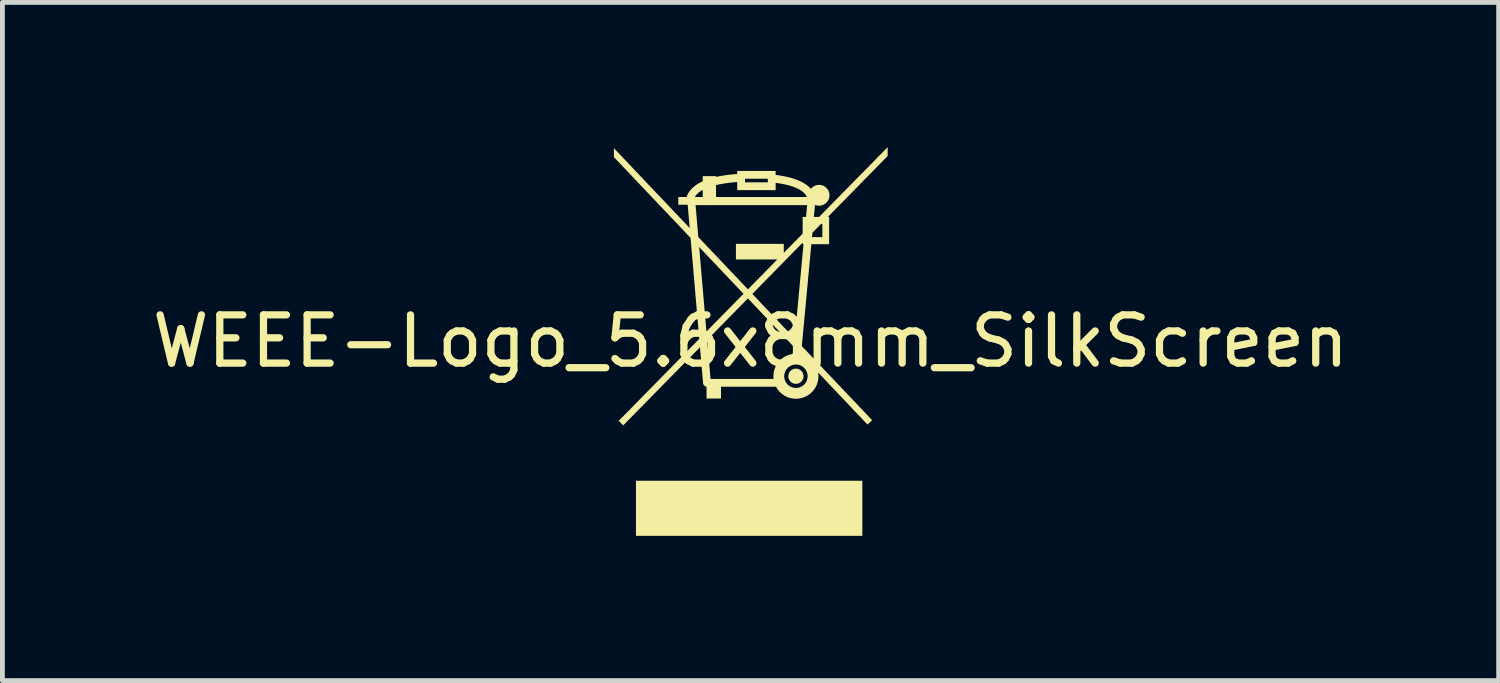
<source format=kicad_pcb>
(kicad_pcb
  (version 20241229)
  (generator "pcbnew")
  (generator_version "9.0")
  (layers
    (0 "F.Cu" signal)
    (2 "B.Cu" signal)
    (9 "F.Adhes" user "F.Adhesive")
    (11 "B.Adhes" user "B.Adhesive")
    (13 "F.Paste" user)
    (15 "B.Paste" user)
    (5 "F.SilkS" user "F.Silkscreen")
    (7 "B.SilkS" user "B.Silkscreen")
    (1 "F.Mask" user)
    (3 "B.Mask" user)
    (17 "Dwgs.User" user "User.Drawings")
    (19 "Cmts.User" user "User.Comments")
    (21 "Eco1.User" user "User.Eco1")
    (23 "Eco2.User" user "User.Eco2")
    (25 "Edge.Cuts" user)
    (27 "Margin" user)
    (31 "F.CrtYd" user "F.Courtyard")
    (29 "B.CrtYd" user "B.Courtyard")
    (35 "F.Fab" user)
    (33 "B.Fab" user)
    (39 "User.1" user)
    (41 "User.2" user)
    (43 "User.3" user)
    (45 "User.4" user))
  (footprint "WEEE-Logo_5.6x8mm_SilkScreen"
    (layer "F.Cu")
    (at 12.506 4.021)
    (property "Reference" "WEEE-Logo_5.6x8mm_SilkScreen" (at 0 0 0) (layer "F.SilkS") (effects (font (size 1 1) (thickness 0.15))))
    (attr exclude_from_pos_files exclude_from_bom allow_missing_courtyard)
    (fp_poly (pts (xy 2.317 4.035) (xy -2.375 4.035) (xy -2.375 2.893) (xy 2.317 2.893)) (stroke (width 0) (type solid)) (fill yes) (layer "F.SilkS"))
    (fp_poly (pts (xy 0.949 0.57) (xy 0.957 0.57) (xy 0.965 0.571) (xy 0.972 0.573) (xy 0.98 0.574) (xy 0.987 0.577) (xy 0.995 0.579) (xy 1.002 0.582) (xy 1.009 0.585) (xy 1.016 0.589) (xy 1.022 0.592) (xy 1.029 0.596) (xy 1.035 0.601) (xy 1.041 0.605) (xy 1.046 0.61) (xy 1.052 0.616) (xy 1.057 0.621) (xy 1.062 0.627) (xy 1.067 0.633) (xy 1.071 0.639) (xy 1.075 0.645) (xy 1.079 0.652) (xy 1.083 0.659) (xy 1.086 0.666) (xy 1.088 0.673) (xy 1.091 0.68) (xy 1.093 0.688) (xy 1.095 0.695) (xy 1.096 0.703) (xy 1.097 0.711) (xy 1.098 0.719) (xy 1.098 0.727) (xy 1.098 0.735) (xy 1.097 0.743) (xy 1.096 0.751) (xy 1.095 0.759) (xy 1.093 0.766) (xy 1.091 0.774) (xy 1.088 0.781) (xy 1.086 0.788) (xy 1.083 0.795) (xy 1.079 0.802) (xy 1.075 0.809) (xy 1.071 0.815) (xy 1.067 0.821) (xy 1.062 0.827) (xy 1.057 0.833) (xy 1.052 0.838) (xy 1.046 0.844) (xy 1.041 0.849) (xy 1.035 0.853) (xy 1.029 0.858) (xy 1.022 0.862) (xy 1.016 0.866) (xy 1.009 0.869) (xy 1.002 0.872) (xy 0.995 0.875) (xy 0.987 0.877) (xy 0.98 0.88) (xy 0.972 0.881) (xy 0.965 0.883) (xy 0.957 0.884) (xy 0.949 0.884) (xy 0.941 0.885) (xy 0.932 0.884) (xy 0.924 0.884) (xy 0.917 0.883) (xy 0.909 0.881) (xy 0.901 0.88) (xy 0.894 0.877) (xy 0.886 0.875) (xy 0.879 0.872) (xy 0.872 0.869) (xy 0.865 0.866) (xy 0.859 0.862) (xy 0.852 0.858) (xy 0.846 0.853) (xy 0.84 0.849) (xy 0.835 0.844) (xy 0.829 0.838) (xy 0.824 0.833) (xy 0.819 0.827) (xy 0.814 0.821) (xy 0.81 0.815) (xy 0.806 0.809) (xy 0.802 0.802) (xy 0.799 0.795) (xy 0.795 0.788) (xy 0.793 0.781) (xy 0.79 0.774) (xy 0.788 0.766) (xy 0.786 0.759) (xy 0.785 0.751) (xy 0.784 0.743) (xy 0.783 0.735) (xy 0.783 0.727) (xy 0.783 0.719) (xy 0.784 0.711) (xy 0.785 0.703) (xy 0.786 0.695) (xy 0.788 0.688) (xy 0.79 0.68) (xy 0.793 0.673) (xy 0.795 0.666) (xy 0.799 0.659) (xy 0.802 0.652) (xy 0.806 0.645) (xy 0.81 0.639) (xy 0.814 0.633) (xy 0.819 0.627) (xy 0.824 0.621) (xy 0.829 0.616) (xy 0.835 0.61) (xy 0.84 0.605) (xy 0.846 0.601) (xy 0.852 0.596) (xy 0.859 0.592) (xy 0.865 0.589) (xy 0.872 0.585) (xy 0.879 0.582) (xy 0.886 0.579) (xy 0.894 0.577) (xy 0.901 0.574) (xy 0.909 0.573) (xy 0.917 0.571) (xy 0.924 0.57) (xy 0.932 0.57) (xy 0.941 0.569)) (stroke (width 0) (type solid)) (fill yes) (layer "F.SilkS"))
    (fp_poly (pts (xy 2.842 -3.837) (xy 1.603 -2.575) (xy 1.629 -2.575) (xy 1.629 -2.01) (xy 1.26 -2.01) (xy 1.063 0.103) (xy 2.52 1.637) (xy 2.424 1.729) (xy 1.4 0.649) (xy 1.402 0.659) (xy 1.403 0.668) (xy 1.404 0.678) (xy 1.405 0.688) (xy 1.406 0.697) (xy 1.406 0.707) (xy 1.407 0.717) (xy 1.407 0.727) (xy 1.406 0.751) (xy 1.404 0.775) (xy 1.402 0.798) (xy 1.397 0.821) (xy 1.392 0.844) (xy 1.386 0.866) (xy 1.379 0.887) (xy 1.37 0.909) (xy 1.361 0.929) (xy 1.351 0.949) (xy 1.339 0.969) (xy 1.327 0.988) (xy 1.314 1.006) (xy 1.3 1.024) (xy 1.286 1.041) (xy 1.27 1.057) (xy 1.254 1.072) (xy 1.237 1.087) (xy 1.22 1.101) (xy 1.201 1.114) (xy 1.182 1.126) (xy 1.163 1.137) (xy 1.143 1.147) (xy 1.122 1.157) (xy 1.101 1.165) (xy 1.079 1.172) (xy 1.057 1.179) (xy 1.035 1.184) (xy 1.012 1.188) (xy 0.988 1.191) (xy 0.965 1.193) (xy 0.941 1.193) (xy 0.907 1.192) (xy 0.875 1.189) (xy 0.843 1.183) (xy 0.812 1.175) (xy 0.781 1.166) (xy 0.752 1.154) (xy 0.724 1.14) (xy 0.697 1.125) (xy 0.671 1.107) (xy 0.646 1.088) (xy 0.622 1.068) (xy 0.6 1.046) (xy 0.58 1.023) (xy 0.561 0.998) (xy 0.544 0.972) (xy 0.528 0.945) (xy -0.612 0.945) (xy -0.612 1.189) (xy -0.912 1.189) (xy -0.912 0.944) (xy -0.916 0.944) (xy -0.919 0.943) (xy -0.922 0.942) (xy -0.926 0.941) (xy -0.929 0.94) (xy -0.932 0.939) (xy -0.935 0.937) (xy -0.938 0.936) (xy -0.944 0.932) (xy -0.95 0.928) (xy -0.955 0.924) (xy -0.96 0.919) (xy -0.965 0.914) (xy -0.97 0.908) (xy -0.973 0.902) (xy -0.975 0.899) (xy -0.977 0.896) (xy -0.978 0.893) (xy -0.98 0.89) (xy -0.981 0.887) (xy -0.982 0.884) (xy -0.983 0.881) (xy -0.983 0.877) (xy -0.984 0.874) (xy -0.984 0.871) (xy -1.048 0.126) (xy -2.638 1.745) (xy -2.733 1.652) (xy -1.084 -0.026) (xy -0.899 -0.026) (xy -0.829 0.783) (xy 0.477 0.783) (xy 0.477 0.776) (xy 0.476 0.769) (xy 0.475 0.762) (xy 0.475 0.755) (xy 0.475 0.748) (xy 0.474 0.741) (xy 0.474 0.734) (xy 0.474 0.727) (xy 0.698 0.727) (xy 0.698 0.739) (xy 0.699 0.752) (xy 0.701 0.764) (xy 0.703 0.776) (xy 0.706 0.788) (xy 0.709 0.799) (xy 0.713 0.81) (xy 0.717 0.821) (xy 0.722 0.832) (xy 0.727 0.843) (xy 0.733 0.853) (xy 0.739 0.863) (xy 0.746 0.872) (xy 0.753 0.881) (xy 0.761 0.89) (xy 0.769 0.899) (xy 0.777 0.907) (xy 0.786 0.914) (xy 0.795 0.921) (xy 0.805 0.928) (xy 0.815 0.934) (xy 0.825 0.94) (xy 0.835 0.946) (xy 0.846 0.951) (xy 0.857 0.955) (xy 0.868 0.959) (xy 0.88 0.962) (xy 0.892 0.965) (xy 0.904 0.967) (xy 0.916 0.968) (xy 0.928 0.969) (xy 0.941 0.97) (xy 0.953 0.969) (xy 0.965 0.968) (xy 0.977 0.967) (xy 0.989 0.965) (xy 1.001 0.962) (xy 1.013 0.959) (xy 1.024 0.955) (xy 1.035 0.951) (xy 1.046 0.946) (xy 1.056 0.94) (xy 1.066 0.934) (xy 1.076 0.928) (xy 1.086 0.921) (xy 1.095 0.914) (xy 1.104 0.907) (xy 1.112 0.899) (xy 1.12 0.89) (xy 1.128 0.881) (xy 1.135 0.872) (xy 1.142 0.863) (xy 1.148 0.853) (xy 1.154 0.843) (xy 1.159 0.832) (xy 1.164 0.821) (xy 1.168 0.81) (xy 1.172 0.799) (xy 1.175 0.788) (xy 1.178 0.776) (xy 1.18 0.764) (xy 1.182 0.752) (xy 1.183 0.739) (xy 1.183 0.727) (xy 1.183 0.715) (xy 1.182 0.702) (xy 1.18 0.69) (xy 1.178 0.678) (xy 1.175 0.666) (xy 1.172 0.655) (xy 1.168 0.644) (xy 1.164 0.633) (xy 1.159 0.622) (xy 1.154 0.611) (xy 1.148 0.601) (xy 1.142 0.591) (xy 1.135 0.582) (xy 1.128 0.573) (xy 1.12 0.564) (xy 1.112 0.555) (xy 1.104 0.547) (xy 1.095 0.54) (xy 1.086 0.533) (xy 1.076 0.526) (xy 1.066 0.52) (xy 1.056 0.514) (xy 1.046 0.508) (xy 1.035 0.504) (xy 1.024 0.499) (xy 1.013 0.495) (xy 1.001 0.492) (xy 0.989 0.489) (xy 0.977 0.487) (xy 0.965 0.486) (xy 0.953 0.485) (xy 0.941 0.484) (xy 0.928 0.485) (xy 0.916 0.486) (xy 0.904 0.487) (xy 0.892 0.489) (xy 0.88 0.492) (xy 0.868 0.495) (xy 0.857 0.499) (xy 0.846 0.504) (xy 0.835 0.508) (xy 0.825 0.514) (xy 0.815 0.52) (xy 0.805 0.526) (xy 0.795 0.533) (xy 0.786 0.54) (xy 0.777 0.547) (xy 0.769 0.555) (xy 0.761 0.564) (xy 0.753 0.573) (xy 0.746 0.582) (xy 0.739 0.591) (xy 0.733 0.601) (xy 0.727 0.611) (xy 0.722 0.622) (xy 0.717 0.633) (xy 0.713 0.644) (xy 0.709 0.655) (xy 0.706 0.666) (xy 0.703 0.678) (xy 0.701 0.69) (xy 0.699 0.702) (xy 0.698 0.715) (xy 0.698 0.727) (xy 0.474 0.727) (xy 0.475 0.705) (xy 0.476 0.683) (xy 0.479 0.661) (xy 0.482 0.64) (xy 0.487 0.619) (xy 0.492 0.598) (xy 0.499 0.577) (xy 0.506 0.558) (xy 0.514 0.538) (xy 0.523 0.519) (xy 0.533 0.501) (xy 0.543 0.483) (xy 0.555 0.465) (xy 0.567 0.448) (xy 0.58 0.432) (xy 0.593 0.416) (xy 0.607 0.401) (xy 0.622 0.386) (xy 0.638 0.372) (xy 0.654 0.359) (xy 0.67 0.347) (xy 0.688 0.335) (xy 0.705 0.324) (xy 0.724 0.314) (xy 0.743 0.305) (xy 0.762 0.296) (xy 0.781 0.288) (xy 0.802 0.282) (xy 0.822 0.276) (xy 0.843 0.271) (xy 0.864 0.267) (xy 0.886 0.264) (xy 0.899 0.12) (xy -0.055 -0.886) (xy -0.899 -0.026) (xy -1.084 -0.026) (xy -1.063 -0.047) (xy -1.227 -1.951) (xy -1.065 -1.951) (xy -0.914 -0.199) (xy -0.148 -0.979) (xy 0.037 -0.979) (xy 0.915 -0.053) (xy 1.098 -2.01) (xy 1.08 -2.01) (xy 1.08 -2.042) (xy 0.037 -0.979) (xy -0.148 -0.979) (xy -0.145 -0.981) (xy -1.065 -1.951) (xy -1.227 -1.951) (xy -1.243 -2.14) (xy -2.832 -3.815) (xy -2.832 -4) (xy -1.261 -2.345) (xy -1.302 -2.82) (xy -1.139 -2.82) (xy -1.082 -2.157) (xy -0.054 -1.074) (xy 0.554 -1.693) (xy -0.303 -1.693) (xy -0.303 -2.017) (xy 0.689 -2.017) (xy 0.689 -1.83) (xy 1.009 -2.156) (xy 1.274 -2.156) (xy 1.488 -2.156) (xy 1.488 -2.429) (xy 1.46 -2.429) (xy 1.283 -2.248) (xy 1.274 -2.156) (xy 1.009 -2.156) (xy 1.08 -2.228) (xy 1.08 -2.575) (xy 1.15 -2.575) (xy 1.173 -2.82) (xy -1.139 -2.82) (xy -1.302 -2.82) (xy -1.302 -2.827) (xy -1.497 -2.827) (xy -1.497 -2.988) (xy -1.326 -2.988) (xy -1.326 -2.988) (xy -1.153 -2.988) (xy -0.991 -2.988) (xy -0.991 -3.136) (xy -1.005 -3.128) (xy -1.018 -3.121) (xy -1.031 -3.113) (xy -1.043 -3.104) (xy -1.055 -3.096) (xy -1.066 -3.087) (xy -1.077 -3.079) (xy -1.088 -3.069) (xy -1.098 -3.06) (xy -1.107 -3.051) (xy -1.116 -3.041) (xy -1.125 -3.031) (xy -1.132 -3.021) (xy -1.14 -3.01) (xy -1.147 -2.999) (xy -1.153 -2.988) (xy -1.326 -2.988) (xy -1.325 -2.992) (xy -1.323 -2.996) (xy -1.322 -2.999) (xy -1.321 -3.003) (xy -1.319 -3.007) (xy -1.317 -3.011) (xy -1.316 -3.016) (xy -1.314 -3.02) (xy -1.302 -3.044) (xy -1.29 -3.068) (xy -1.276 -3.09) (xy -1.26 -3.112) (xy -1.243 -3.133) (xy -1.226 -3.153) (xy -1.207 -3.172) (xy -1.187 -3.191) (xy -1.165 -3.209) (xy -1.143 -3.226) (xy -1.131 -3.235) (xy -0.715 -3.235) (xy -0.715 -2.988) (xy 1.167 -2.988) (xy 1.159 -3.005) (xy 1.151 -3.02) (xy 1.141 -3.035) (xy 1.13 -3.05) (xy 1.117 -3.064) (xy 1.104 -3.077) (xy 1.09 -3.09) (xy 1.075 -3.103) (xy 1.059 -3.115) (xy 1.042 -3.126) (xy 1.024 -3.137) (xy 1.005 -3.148) (xy 0.965 -3.168) (xy 0.923 -3.186) (xy 0.878 -3.203) (xy 0.831 -3.218) (xy 0.782 -3.232) (xy 0.731 -3.244) (xy 0.679 -3.255) (xy 0.627 -3.265) (xy 0.573 -3.274) (xy 0.52 -3.281) (xy 0.52 -3.13) (xy -0.276 -3.13) (xy -0.276 -3.292) (xy -0.114 -3.292) (xy 0.358 -3.292) (xy 0.358 -3.366) (xy -0.114 -3.366) (xy -0.114 -3.292) (xy -0.276 -3.292) (xy -0.276 -3.298) (xy -0.33 -3.294) (xy -0.384 -3.289) (xy -0.44 -3.282) (xy -0.495 -3.275) (xy -0.551 -3.267) (xy -0.606 -3.257) (xy -0.661 -3.247) (xy -0.715 -3.235) (xy -1.131 -3.235) (xy -1.12 -3.242) (xy -1.096 -3.258) (xy -1.071 -3.273) (xy -1.045 -3.287) (xy -1.019 -3.3) (xy -0.991 -3.313) (xy -0.991 -3.42) (xy -0.715 -3.42) (xy -0.715 -3.404) (xy -0.66 -3.416) (xy -0.605 -3.426) (xy -0.55 -3.435) (xy -0.495 -3.443) (xy -0.439 -3.45) (xy -0.384 -3.455) (xy -0.33 -3.46) (xy -0.276 -3.464) (xy -0.276 -3.528) (xy 0.52 -3.528) (xy 0.52 -3.446) (xy 0.628 -3.431) (xy 0.681 -3.421) (xy 0.734 -3.41) (xy 0.787 -3.398) (xy 0.838 -3.385) (xy 0.888 -3.37) (xy 0.937 -3.353) (xy 0.984 -3.335) (xy 1.03 -3.315) (xy 1.073 -3.294) (xy 1.114 -3.27) (xy 1.152 -3.245) (xy 1.188 -3.218) (xy 1.221 -3.188) (xy 1.25 -3.157) (xy 1.258 -3.166) (xy 1.266 -3.175) (xy 1.275 -3.183) (xy 1.284 -3.191) (xy 1.293 -3.198) (xy 1.303 -3.205) (xy 1.313 -3.211) (xy 1.324 -3.217) (xy 1.335 -3.222) (xy 1.346 -3.227) (xy 1.358 -3.23) (xy 1.37 -3.234) (xy 1.382 -3.236) (xy 1.395 -3.238) (xy 1.407 -3.239) (xy 1.42 -3.24) (xy 1.431 -3.239) (xy 1.442 -3.238) (xy 1.453 -3.237) (xy 1.464 -3.235) (xy 1.474 -3.233) (xy 1.484 -3.23) (xy 1.494 -3.226) (xy 1.504 -3.223) (xy 1.514 -3.218) (xy 1.523 -3.213) (xy 1.532 -3.208) (xy 1.541 -3.203) (xy 1.549 -3.197) (xy 1.557 -3.19) (xy 1.565 -3.183) (xy 1.573 -3.176) (xy 1.58 -3.169) (xy 1.587 -3.161) (xy 1.593 -3.153) (xy 1.599 -3.144) (xy 1.605 -3.136) (xy 1.61 -3.127) (xy 1.615 -3.117) (xy 1.619 -3.108) (xy 1.623 -3.098) (xy 1.626 -3.088) (xy 1.629 -3.078) (xy 1.632 -3.067) (xy 1.633 -3.057) (xy 1.635 -3.046) (xy 1.636 -3.035) (xy 1.636 -3.024) (xy 1.636 -3.013) (xy 1.635 -3.002) (xy 1.633 -2.991) (xy 1.632 -2.98) (xy 1.629 -2.97) (xy 1.626 -2.959) (xy 1.623 -2.949) (xy 1.619 -2.94) (xy 1.615 -2.93) (xy 1.61 -2.921) (xy 1.605 -2.912) (xy 1.599 -2.903) (xy 1.593 -2.894) (xy 1.587 -2.886) (xy 1.58 -2.878) (xy 1.573 -2.871) (xy 1.565 -2.864) (xy 1.557 -2.857) (xy 1.549 -2.851) (xy 1.541 -2.845) (xy 1.532 -2.839) (xy 1.523 -2.834) (xy 1.514 -2.829) (xy 1.504 -2.825) (xy 1.494 -2.821) (xy 1.484 -2.817) (xy 1.474 -2.815) (xy 1.464 -2.812) (xy 1.453 -2.81) (xy 1.442 -2.809) (xy 1.431 -2.808) (xy 1.42 -2.808) (xy 1.414 -2.808) (xy 1.409 -2.808) (xy 1.403 -2.808) (xy 1.398 -2.809) (xy 1.393 -2.809) (xy 1.387 -2.81) (xy 1.382 -2.811) (xy 1.377 -2.812) (xy 1.371 -2.813) (xy 1.366 -2.814) (xy 1.361 -2.816) (xy 1.356 -2.817) (xy 1.351 -2.819) (xy 1.346 -2.821) (xy 1.341 -2.823) (xy 1.336 -2.825) (xy 1.313 -2.575) (xy 1.421 -2.575) (xy 2.842 -4.021)) (stroke (width 0) (type solid)) (fill yes) (layer "F.SilkS")))
  (gr_rect
    (start -3 -3)
    (end 28.012 11.056)
    (stroke (width 0.1) (type default))
    (fill no)
    (layer "Edge.Cuts")))
</source>
